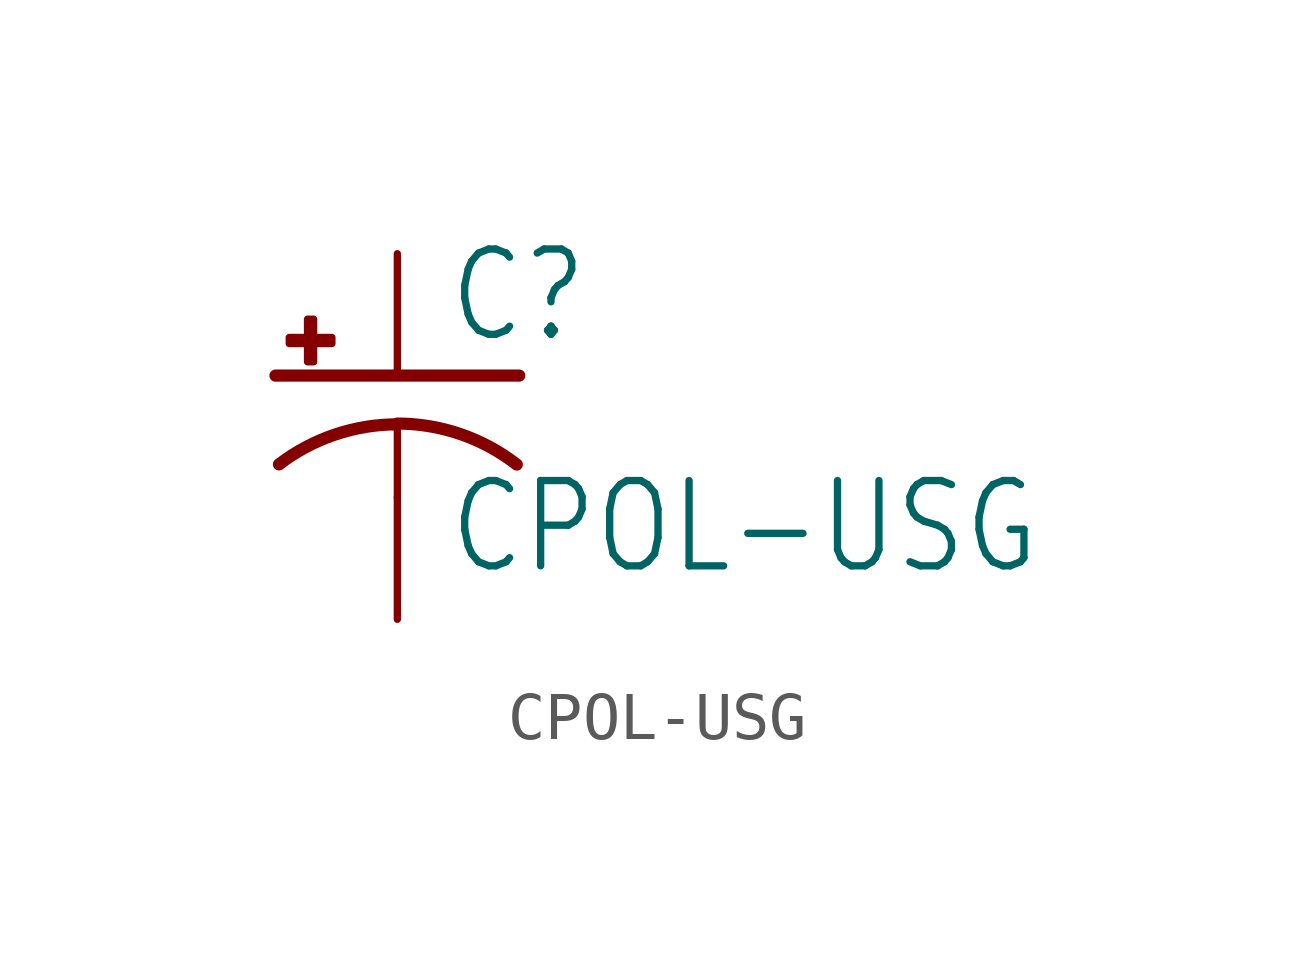
<source format=kicad_sym>
(kicad_symbol_lib
  (version 20220914)
  (generator kicad_symbol_editor)
  (symbol "CPOL-USG"
    (property "Reference" "C"
      (at 1.016 0.635 0)
      (effects (font (size 1.778 1.511)) (justify left bottom)))
    (property "Value" "CPOL-USG"
      (at 1.016 -4.191 0)
      (effects (font (size 1.778 1.511)) (justify left bottom)))
    (property "ki_locked" ""
      (at 0 0 0)
      (effects (font (size 1.27 1.27))))
    (symbol "CPOL-USG_1_0"
      (rectangle (start -2.253 0.668) (end -1.364 0.795) (stroke (width 0) (type default)) (fill (type outline)))
      (rectangle (start -1.872 0.287) (end -1.745 1.176) (stroke (width 0) (type default)) (fill (type outline)))
      (arc (start 0 -1.0161) (mid -1.3021 -1.2302) (end -2.4669 -1.8504) (stroke (width 0.254) (type default)) (fill (type none)))
      (polyline (pts (xy -2.54 0) (xy 2.54 0)) (stroke (width 0.254) (type default)) (fill (type none)))
      (polyline (pts (xy 0 -1.016) (xy 0 -2.54)) (stroke (width 0.152) (type default)) (fill (type none)))
      (arc (start 2.4892 -1.8542) (mid 1.3158 -1.2195) (end 0 -1) (stroke (width 0.254) (type default)) (fill (type none)))
      (pin passive line (at 0 2.54 270) (length 2.54) (name "+" (effects (font (size 0 0)))) (number "+" (effects (font (size 0 0)))))
      (pin passive line (at 0 -5.08 90) (length 2.54) (name "-" (effects (font (size 0 0)))) (number "-" (effects (font (size 0 0))))))))
</source>
